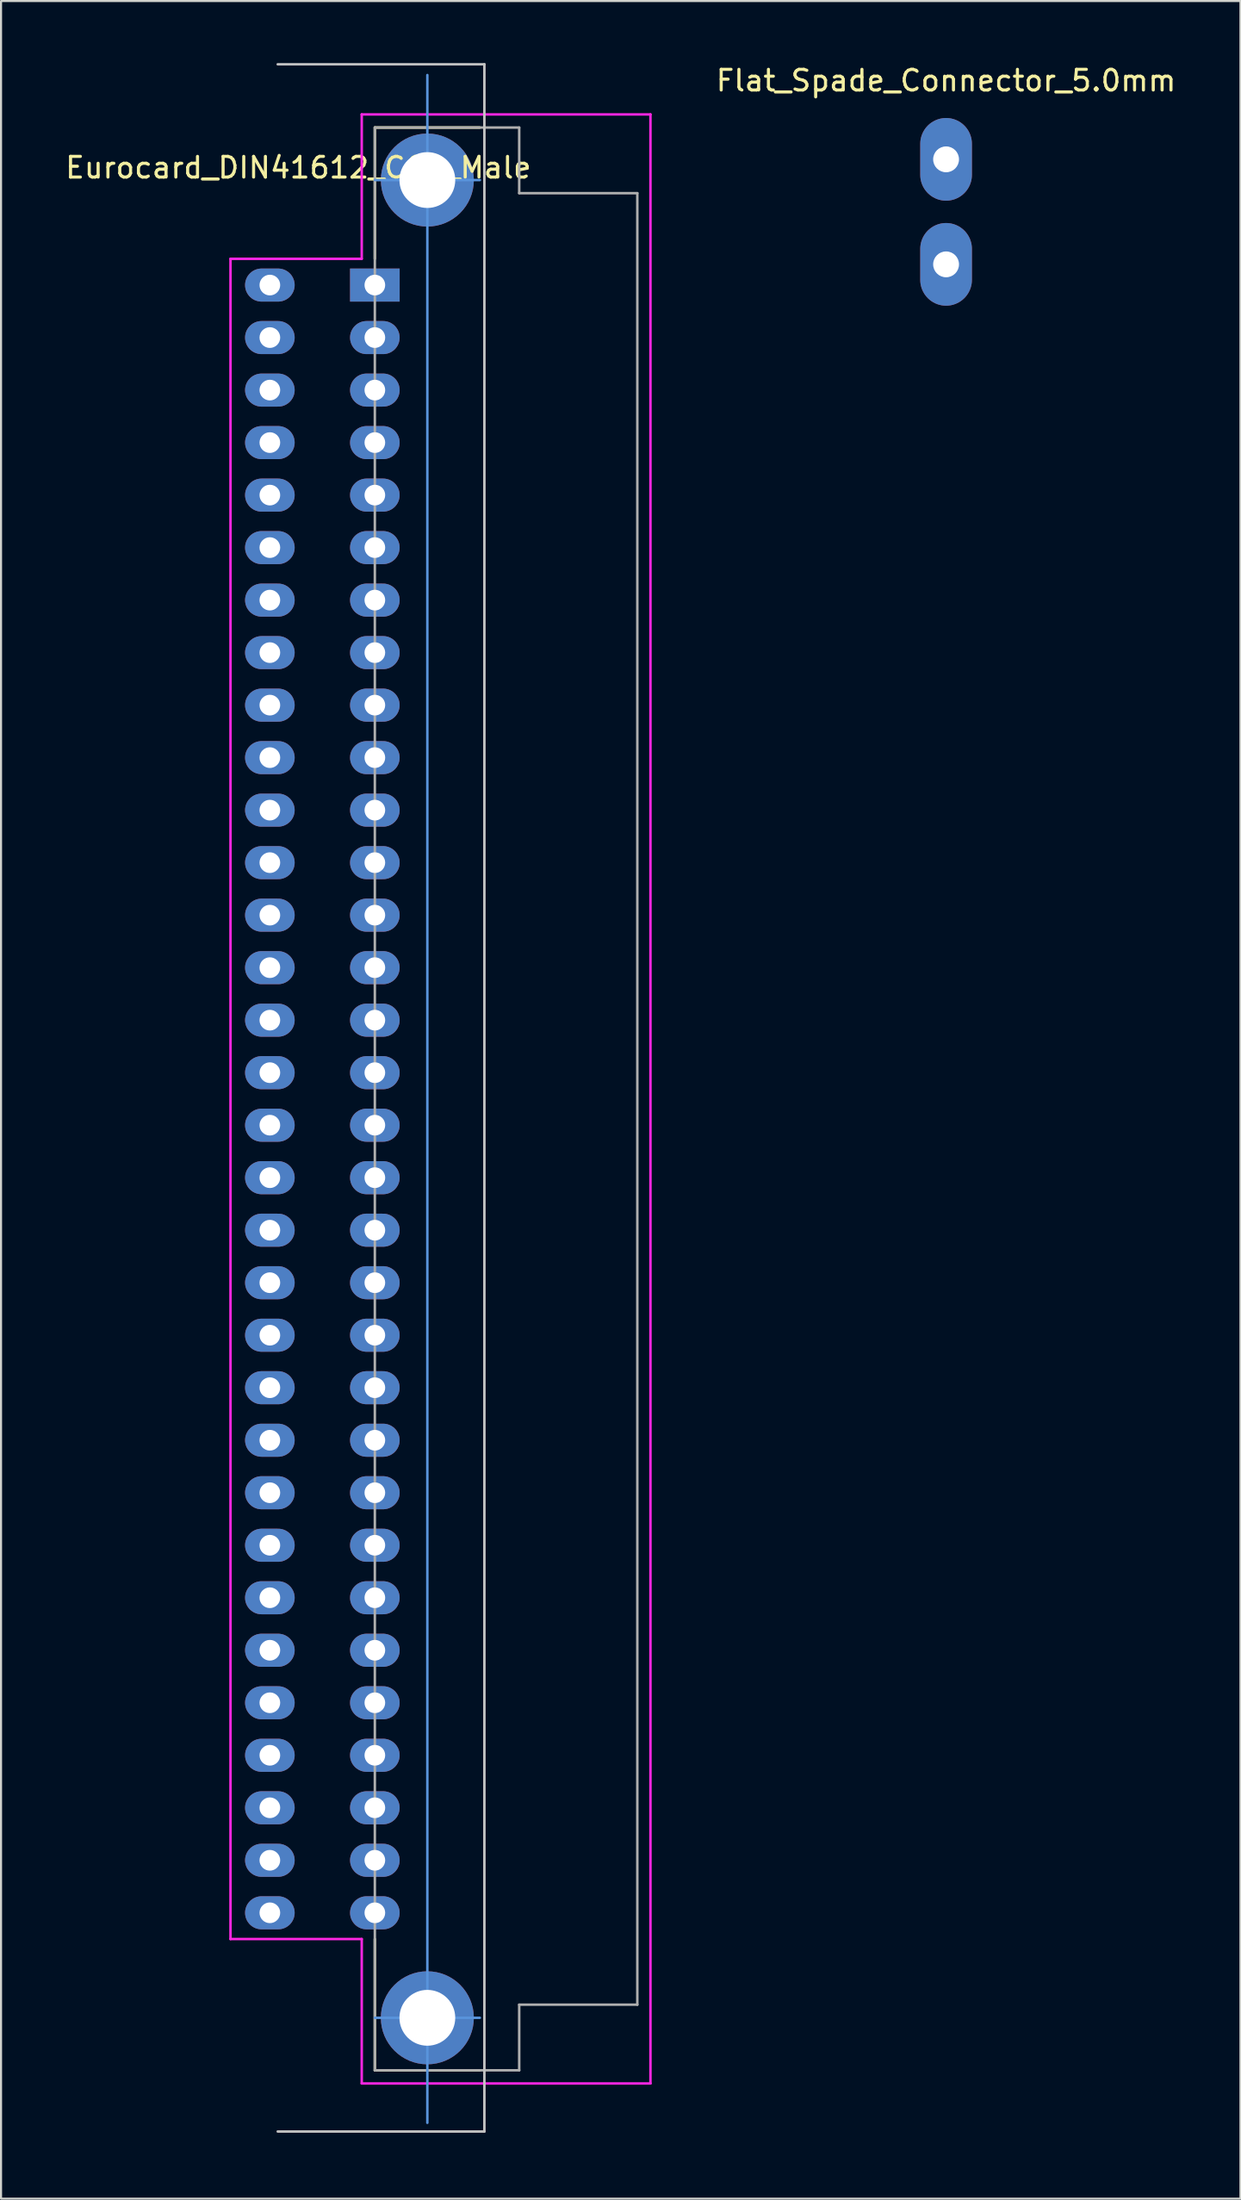
<source format=kicad_pcb>
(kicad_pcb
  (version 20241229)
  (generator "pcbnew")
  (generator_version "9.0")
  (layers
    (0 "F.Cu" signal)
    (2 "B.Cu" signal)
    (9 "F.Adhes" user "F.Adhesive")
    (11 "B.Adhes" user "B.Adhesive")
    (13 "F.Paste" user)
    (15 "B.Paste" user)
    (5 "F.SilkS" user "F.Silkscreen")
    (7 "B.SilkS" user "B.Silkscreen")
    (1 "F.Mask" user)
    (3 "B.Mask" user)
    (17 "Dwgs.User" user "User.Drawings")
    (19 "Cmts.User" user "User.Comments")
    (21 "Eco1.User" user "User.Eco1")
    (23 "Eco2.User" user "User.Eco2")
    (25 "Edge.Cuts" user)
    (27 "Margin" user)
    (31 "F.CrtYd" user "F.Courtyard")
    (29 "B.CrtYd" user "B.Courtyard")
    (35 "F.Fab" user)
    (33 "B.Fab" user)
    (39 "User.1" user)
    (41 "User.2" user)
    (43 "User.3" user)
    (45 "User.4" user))
  (footprint "Eurocard_DIN41612_C64_Male"
    (layer "F.Cu")
    (at 20.387 100.06)
    (property "Reference" "Eurocard_DIN41612_C64_Male" (at -9 -95 180) (layer "F.SilkS") (effects (font (size 1 1) (thickness 0.15))))
    (attr through_hole)
    (fp_line (start -5.3 -96.94) (end -0.22 -96.94) (stroke (width 0.12) (type solid)) (layer "F.SilkS"))
    (fp_line (start -5.3 -90.59) (end -5.3 -96.94) (stroke (width 0.12) (type solid)) (layer "F.SilkS"))
    (fp_line (start -5.3 -9.31) (end -5.3 -2.96) (stroke (width 0.12) (type solid)) (layer "F.SilkS"))
    (fp_line (start -5.3 -2.96) (end -0.22 -2.96) (stroke (width 0.12) (type solid)) (layer "F.SilkS"))
    (fp_line (start -10 0) (end 0 0) (stroke (width 0.12) (type solid)) (layer "Dwgs.User"))
    (fp_line (start 0 -100) (end -10 -100) (stroke (width 0.12) (type solid)) (layer "Dwgs.User"))
    (fp_line (start 0 0) (end 0 -100) (stroke (width 0.12) (type solid)) (layer "Dwgs.User"))
    (fp_line (start -5.3 -5.5) (end -0.22 -5.5) (stroke (width 0.12) (type solid)) (layer "Cmts.User"))
    (fp_line (start -2.76 -0.42) (end -2.76 -99.48) (stroke (width 0.12) (type solid)) (layer "Cmts.User"))
    (fp_line (start -0.22 -94.4) (end -5.3 -94.4) (stroke (width 0.12) (type solid)) (layer "Cmts.User"))
    (fp_line (start -12.285 -90.59) (end -5.935 -90.59) (stroke (width 0.12) (type solid)) (layer "F.CrtYd"))
    (fp_line (start -12.285 -9.31) (end -12.285 -90.59) (stroke (width 0.12) (type solid)) (layer "F.CrtYd"))
    (fp_line (start -5.935 -97.575) (end 8.035 -97.575) (stroke (width 0.12) (type solid)) (layer "F.CrtYd"))
    (fp_line (start -5.935 -90.59) (end -5.935 -97.575) (stroke (width 0.12) (type solid)) (layer "F.CrtYd"))
    (fp_line (start -5.935 -9.31) (end -12.285 -9.31) (stroke (width 0.12) (type solid)) (layer "F.CrtYd"))
    (fp_line (start -5.935 -2.325) (end -5.935 -9.31) (stroke (width 0.12) (type solid)) (layer "F.CrtYd"))
    (fp_line (start 8.035 -97.575) (end 8.035 -2.325) (stroke (width 0.12) (type solid)) (layer "F.CrtYd"))
    (fp_line (start 8.035 -2.325) (end -5.935 -2.325) (stroke (width 0.12) (type solid)) (layer "F.CrtYd"))
    (fp_line (start -5.3 -96.94) (end -5.3 -2.96) (stroke (width 0.12) (type solid)) (layer "F.Fab"))
    (fp_line (start -5.3 -96.94) (end 1.685 -96.94) (stroke (width 0.12) (type solid)) (layer "F.Fab"))
    (fp_line (start -5.3 -2.96) (end 1.685 -2.96) (stroke (width 0.12) (type solid)) (layer "F.Fab"))
    (fp_line (start 1.685 -96.94) (end 1.685 -93.765) (stroke (width 0.12) (type solid)) (layer "F.Fab"))
    (fp_line (start 1.685 -93.765) (end 7.4 -93.765) (stroke (width 0.12) (type solid)) (layer "F.Fab"))
    (fp_line (start 1.685 -2.96) (end 1.685 -6.135) (stroke (width 0.12) (type solid)) (layer "F.Fab"))
    (fp_line (start 7.4 -93.765) (end 7.4 -6.135) (stroke (width 0.12) (type solid)) (layer "F.Fab"))
    (fp_line (start 7.4 -6.135) (end 1.685 -6.135) (stroke (width 0.12) (type solid)) (layer "F.Fab"))
    (pad "" np_thru_hole circle (at -2.76 -94.4) (size 4.5 4.5) (drill 2.7) (layers "*.Cu" "*.Mask"))
    (pad "" np_thru_hole circle (at -2.76 -5.5) (size 4.5 4.5) (drill 2.7) (layers "*.Cu" "*.Mask"))
    (pad "1A" thru_hole rect (at -5.3 -89.32) (size 2.4 1.6) (drill 1) (layers "*.Cu" "*.Mask"))
    (pad "1C" thru_hole oval (at -10.38 -89.32) (size 2.4 1.6) (drill 1) (layers "*.Cu" "*.Mask"))
    (pad "2A" thru_hole oval (at -5.3 -86.78) (size 2.4 1.6) (drill 1) (layers "*.Cu" "*.Mask"))
    (pad "2C" thru_hole oval (at -10.38 -86.78) (size 2.4 1.6) (drill 1) (layers "*.Cu" "*.Mask"))
    (pad "3A" thru_hole oval (at -5.3 -84.24) (size 2.4 1.6) (drill 1) (layers "*.Cu" "*.Mask"))
    (pad "3C" thru_hole oval (at -10.38 -84.24) (size 2.4 1.6) (drill 1) (layers "*.Cu" "*.Mask"))
    (pad "4A" thru_hole oval (at -5.3 -81.7) (size 2.4 1.6) (drill 1) (layers "*.Cu" "*.Mask"))
    (pad "4C" thru_hole oval (at -10.38 -81.7) (size 2.4 1.6) (drill 1) (layers "*.Cu" "*.Mask"))
    (pad "5A" thru_hole oval (at -5.3 -79.16) (size 2.4 1.6) (drill 1) (layers "*.Cu" "*.Mask"))
    (pad "5C" thru_hole oval (at -10.38 -79.16) (size 2.4 1.6) (drill 1) (layers "*.Cu" "*.Mask"))
    (pad "6A" thru_hole oval (at -5.3 -76.62) (size 2.4 1.6) (drill 1) (layers "*.Cu" "*.Mask"))
    (pad "6C" thru_hole oval (at -10.38 -76.62) (size 2.4 1.6) (drill 1) (layers "*.Cu" "*.Mask"))
    (pad "7A" thru_hole oval (at -5.3 -74.08) (size 2.4 1.6) (drill 1) (layers "*.Cu" "*.Mask"))
    (pad "7C" thru_hole oval (at -10.38 -74.08) (size 2.4 1.6) (drill 1) (layers "*.Cu" "*.Mask"))
    (pad "8A" thru_hole oval (at -5.3 -71.54) (size 2.4 1.6) (drill 1) (layers "*.Cu" "*.Mask"))
    (pad "8C" thru_hole oval (at -10.38 -71.54) (size 2.4 1.6) (drill 1) (layers "*.Cu" "*.Mask"))
    (pad "9A" thru_hole oval (at -5.3 -69) (size 2.4 1.6) (drill 1) (layers "*.Cu" "*.Mask"))
    (pad "9C" thru_hole oval (at -10.38 -69) (size 2.4 1.6) (drill 1) (layers "*.Cu" "*.Mask"))
    (pad "10A" thru_hole oval (at -5.3 -66.46) (size 2.4 1.6) (drill 1) (layers "*.Cu" "*.Mask"))
    (pad "10C" thru_hole oval (at -10.38 -66.46) (size 2.4 1.6) (drill 1) (layers "*.Cu" "*.Mask"))
    (pad "11A" thru_hole oval (at -5.3 -63.92) (size 2.4 1.6) (drill 1) (layers "*.Cu" "*.Mask"))
    (pad "11C" thru_hole oval (at -10.38 -63.92) (size 2.4 1.6) (drill 1) (layers "*.Cu" "*.Mask"))
    (pad "12A" thru_hole oval (at -5.3 -61.38) (size 2.4 1.6) (drill 1) (layers "*.Cu" "*.Mask"))
    (pad "12C" thru_hole oval (at -10.38 -61.38) (size 2.4 1.6) (drill 1) (layers "*.Cu" "*.Mask"))
    (pad "13A" thru_hole oval (at -5.3 -58.84) (size 2.4 1.6) (drill 1) (layers "*.Cu" "*.Mask"))
    (pad "13C" thru_hole oval (at -10.38 -58.84) (size 2.4 1.6) (drill 1) (layers "*.Cu" "*.Mask"))
    (pad "14A" thru_hole oval (at -5.3 -56.3) (size 2.4 1.6) (drill 1) (layers "*.Cu" "*.Mask"))
    (pad "14C" thru_hole oval (at -10.38 -56.3) (size 2.4 1.6) (drill 1) (layers "*.Cu" "*.Mask"))
    (pad "15A" thru_hole oval (at -5.3 -53.76) (size 2.4 1.6) (drill 1) (layers "*.Cu" "*.Mask"))
    (pad "15C" thru_hole oval (at -10.38 -53.76) (size 2.4 1.6) (drill 1) (layers "*.Cu" "*.Mask"))
    (pad "16A" thru_hole oval (at -5.3 -51.22) (size 2.4 1.6) (drill 1) (layers "*.Cu" "*.Mask"))
    (pad "16C" thru_hole oval (at -10.38 -51.22) (size 2.4 1.6) (drill 1) (layers "*.Cu" "*.Mask"))
    (pad "17A" thru_hole oval (at -5.3 -48.68) (size 2.4 1.6) (drill 1) (layers "*.Cu" "*.Mask"))
    (pad "17C" thru_hole oval (at -10.38 -48.68) (size 2.4 1.6) (drill 1) (layers "*.Cu" "*.Mask"))
    (pad "18A" thru_hole oval (at -5.3 -46.14) (size 2.4 1.6) (drill 1) (layers "*.Cu" "*.Mask"))
    (pad "18C" thru_hole oval (at -10.38 -46.14) (size 2.4 1.6) (drill 1) (layers "*.Cu" "*.Mask"))
    (pad "19A" thru_hole oval (at -5.3 -43.6) (size 2.4 1.6) (drill 1) (layers "*.Cu" "*.Mask"))
    (pad "19C" thru_hole oval (at -10.38 -43.6) (size 2.4 1.6) (drill 1) (layers "*.Cu" "*.Mask"))
    (pad "20A" thru_hole oval (at -5.3 -41.06) (size 2.4 1.6) (drill 1) (layers "*.Cu" "*.Mask"))
    (pad "20C" thru_hole oval (at -10.38 -41.06) (size 2.4 1.6) (drill 1) (layers "*.Cu" "*.Mask"))
    (pad "21A" thru_hole oval (at -5.3 -38.52) (size 2.4 1.6) (drill 1) (layers "*.Cu" "*.Mask"))
    (pad "21C" thru_hole oval (at -10.38 -38.52) (size 2.4 1.6) (drill 1) (layers "*.Cu" "*.Mask"))
    (pad "22A" thru_hole oval (at -5.3 -35.98) (size 2.4 1.6) (drill 1) (layers "*.Cu" "*.Mask"))
    (pad "22C" thru_hole oval (at -10.38 -35.98) (size 2.4 1.6) (drill 1) (layers "*.Cu" "*.Mask"))
    (pad "23A" thru_hole oval (at -5.3 -33.44) (size 2.4 1.6) (drill 1) (layers "*.Cu" "*.Mask"))
    (pad "23C" thru_hole oval (at -10.38 -33.44) (size 2.4 1.6) (drill 1) (layers "*.Cu" "*.Mask"))
    (pad "24A" thru_hole oval (at -5.3 -30.9) (size 2.4 1.6) (drill 1) (layers "*.Cu" "*.Mask"))
    (pad "24C" thru_hole oval (at -10.38 -30.9) (size 2.4 1.6) (drill 1) (layers "*.Cu" "*.Mask"))
    (pad "25A" thru_hole oval (at -5.3 -28.36) (size 2.4 1.6) (drill 1) (layers "*.Cu" "*.Mask"))
    (pad "25C" thru_hole oval (at -10.38 -28.36) (size 2.4 1.6) (drill 1) (layers "*.Cu" "*.Mask"))
    (pad "26A" thru_hole oval (at -5.3 -25.82) (size 2.4 1.6) (drill 1) (layers "*.Cu" "*.Mask"))
    (pad "26C" thru_hole oval (at -10.38 -25.82) (size 2.4 1.6) (drill 1) (layers "*.Cu" "*.Mask"))
    (pad "27A" thru_hole oval (at -5.3 -23.28) (size 2.4 1.6) (drill 1) (layers "*.Cu" "*.Mask"))
    (pad "27C" thru_hole oval (at -10.38 -23.28) (size 2.4 1.6) (drill 1) (layers "*.Cu" "*.Mask"))
    (pad "28A" thru_hole oval (at -5.3 -20.74) (size 2.4 1.6) (drill 1) (layers "*.Cu" "*.Mask"))
    (pad "28C" thru_hole oval (at -10.38 -20.74) (size 2.4 1.6) (drill 1) (layers "*.Cu" "*.Mask"))
    (pad "29A" thru_hole oval (at -5.3 -18.2) (size 2.4 1.6) (drill 1) (layers "*.Cu" "*.Mask"))
    (pad "29C" thru_hole oval (at -10.38 -18.2) (size 2.4 1.6) (drill 1) (layers "*.Cu" "*.Mask"))
    (pad "30A" thru_hole oval (at -5.3 -15.66) (size 2.4 1.6) (drill 1) (layers "*.Cu" "*.Mask"))
    (pad "30C" thru_hole oval (at -10.38 -15.66) (size 2.4 1.6) (drill 1) (layers "*.Cu" "*.Mask"))
    (pad "31A" thru_hole oval (at -5.3 -13.12) (size 2.4 1.6) (drill 1) (layers "*.Cu" "*.Mask"))
    (pad "31C" thru_hole oval (at -10.38 -13.12) (size 2.4 1.6) (drill 1) (layers "*.Cu" "*.Mask"))
    (pad "32A" thru_hole oval (at -5.3 -10.58) (size 2.4 1.6) (drill 1) (layers "*.Cu" "*.Mask"))
    (pad "32C" thru_hole oval (at -10.38 -10.58) (size 2.4 1.6) (drill 1) (layers "*.Cu" "*.Mask")))
  (footprint "Flat_Spade_Connector_5.0mm"
    (layer "F.Cu")
    (at 42.726 9.738)
    (property "Reference" "Flat_Spade_Connector_5.0mm" (at 0 -8.89 0) (layer "F.SilkS") (effects (font (size 1 1) (thickness 0.15))))
    (attr through_hole)
    (pad "1" thru_hole oval (at 0 -5.08) (size 2.5 4) (drill 1.25) (layers "*.Cu" "*.Mask"))
    (pad "1" thru_hole oval (at 0 0) (size 2.5 4) (drill 1.25) (layers "*.Cu" "*.Mask")))
  (gr_rect
    (start -3 -3)
    (end 56.97 103.31)
    (stroke (width 0.1) (type default))
    (fill no)
    (layer "Edge.Cuts")))
</source>
